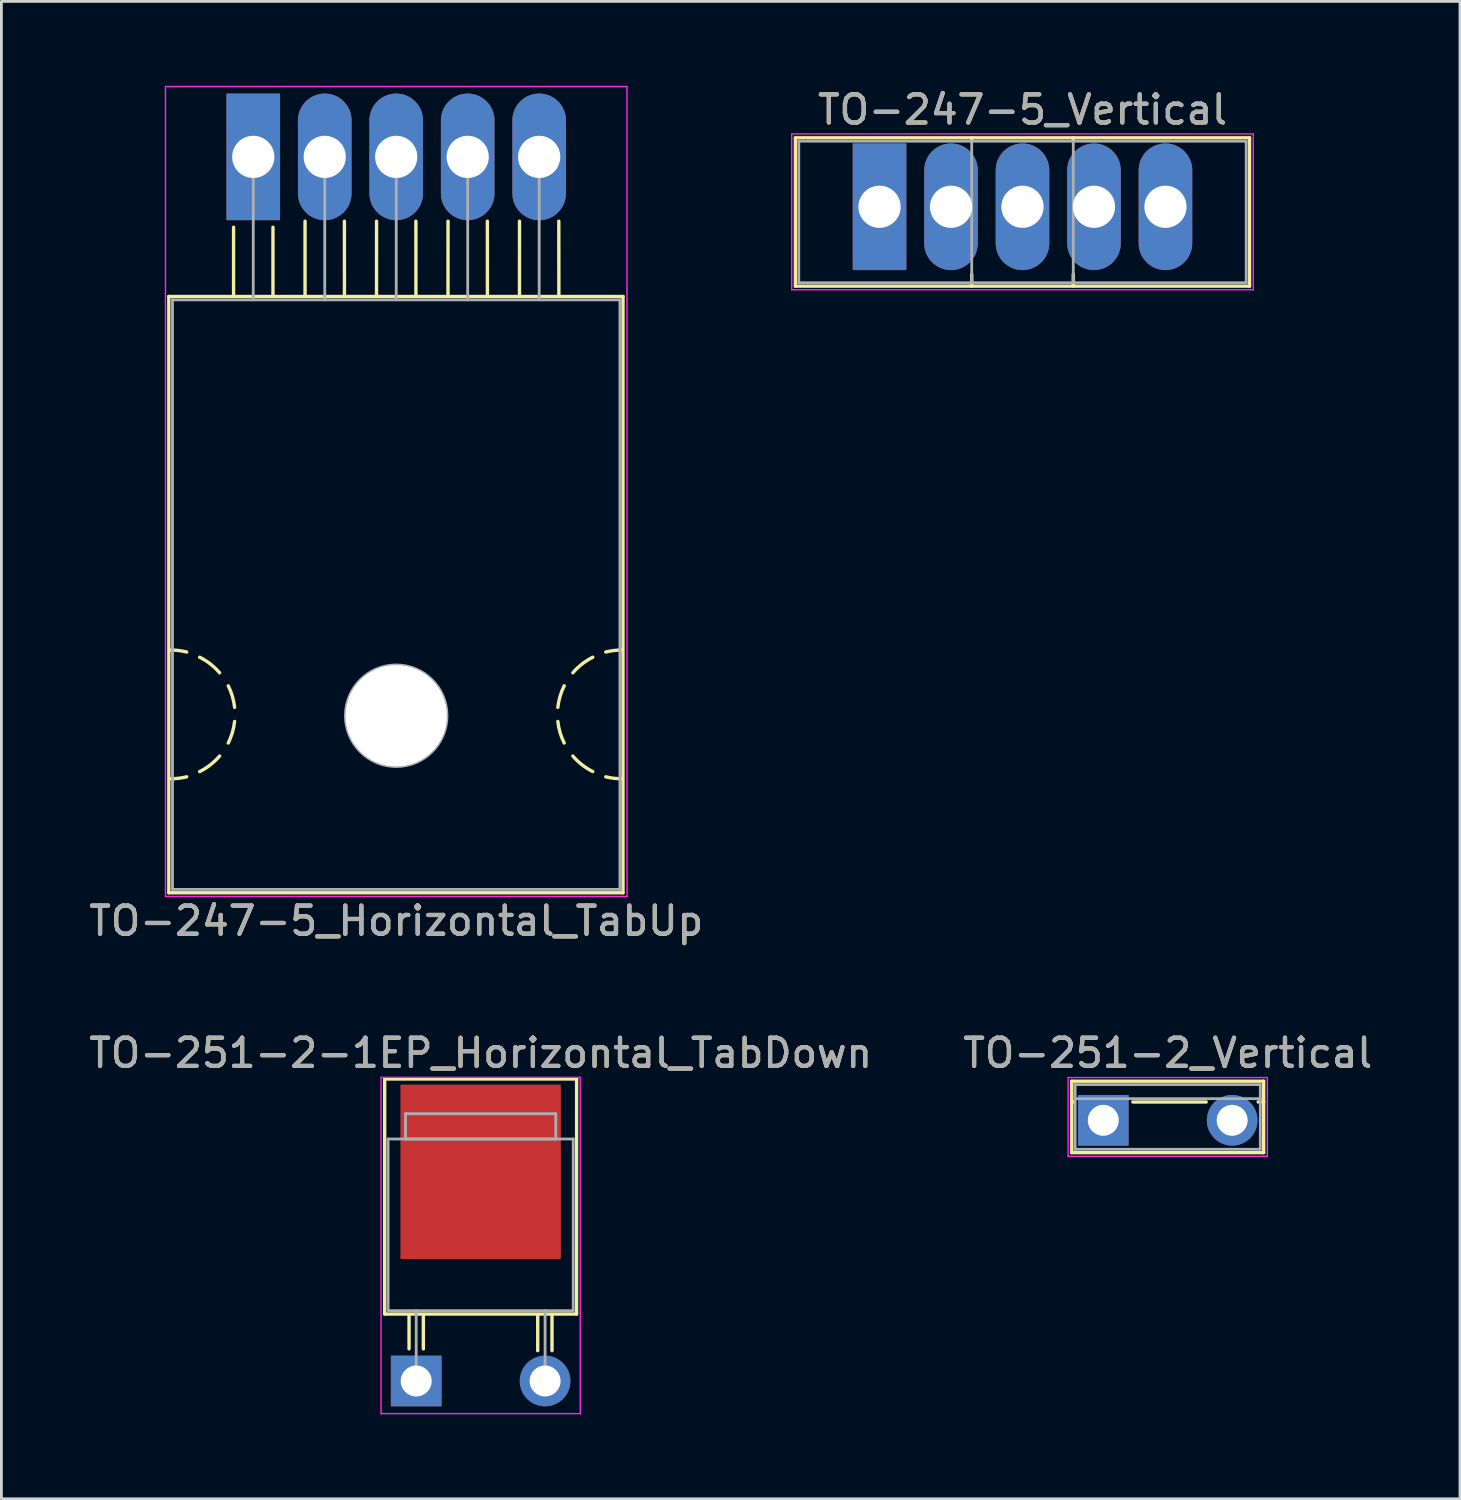
<source format=kicad_pcb>
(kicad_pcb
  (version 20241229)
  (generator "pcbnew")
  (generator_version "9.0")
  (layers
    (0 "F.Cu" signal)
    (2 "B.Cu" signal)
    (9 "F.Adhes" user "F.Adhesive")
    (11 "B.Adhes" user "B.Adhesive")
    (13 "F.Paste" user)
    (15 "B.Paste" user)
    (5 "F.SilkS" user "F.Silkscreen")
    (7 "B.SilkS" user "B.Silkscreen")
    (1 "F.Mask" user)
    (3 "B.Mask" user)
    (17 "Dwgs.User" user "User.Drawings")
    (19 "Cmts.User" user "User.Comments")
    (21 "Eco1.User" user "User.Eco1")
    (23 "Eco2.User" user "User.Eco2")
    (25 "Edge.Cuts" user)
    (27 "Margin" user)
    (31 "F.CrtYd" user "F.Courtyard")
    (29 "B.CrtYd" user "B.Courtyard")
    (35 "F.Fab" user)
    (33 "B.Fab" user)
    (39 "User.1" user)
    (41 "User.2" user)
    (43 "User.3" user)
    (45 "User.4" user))
  (footprint "TO-247-5_Vertical"
    (layer "F.Cu")
    (at 28.205 4.298)
    (property "Reference" "TO-247-5_Vertical" (at 5.08 -3.45 0) (layer "F.SilkS") (effects (font (size 1 1) (thickness 0.15))))
    (attr through_hole)
    (fp_line (start -2.99 -2.451) (end -2.99 2.82) (stroke (width 0.12) (type solid)) (layer "F.SilkS"))
    (fp_line (start -2.99 -2.451) (end 13.15 -2.451) (stroke (width 0.12) (type solid)) (layer "F.SilkS"))
    (fp_line (start -2.99 2.82) (end 13.15 2.82) (stroke (width 0.12) (type solid)) (layer "F.SilkS"))
    (fp_line (start 3.276 -2.451) (end 3.276 -2.4) (stroke (width 0.12) (type solid)) (layer "F.SilkS"))
    (fp_line (start 3.276 2.4) (end 3.276 2.82) (stroke (width 0.12) (type solid)) (layer "F.SilkS"))
    (fp_line (start 6.885 -2.451) (end 6.885 -2.4) (stroke (width 0.12) (type solid)) (layer "F.SilkS"))
    (fp_line (start 6.885 2.4) (end 6.885 2.82) (stroke (width 0.12) (type solid)) (layer "F.SilkS"))
    (fp_line (start 13.15 -2.451) (end 13.15 2.82) (stroke (width 0.12) (type solid)) (layer "F.SilkS"))
    (fp_line (start -3.12 -2.59) (end -3.12 2.95) (stroke (width 0.05) (type solid)) (layer "F.CrtYd"))
    (fp_line (start -3.12 2.95) (end 13.28 2.95) (stroke (width 0.05) (type solid)) (layer "F.CrtYd"))
    (fp_line (start 13.28 -2.59) (end -3.12 -2.59) (stroke (width 0.05) (type solid)) (layer "F.CrtYd"))
    (fp_line (start 13.28 2.95) (end 13.28 -2.59) (stroke (width 0.05) (type solid)) (layer "F.CrtYd"))
    (fp_line (start -2.87 -2.33) (end -2.87 2.7) (stroke (width 0.1) (type solid)) (layer "F.Fab"))
    (fp_line (start -2.87 2.7) (end 13.03 2.7) (stroke (width 0.1) (type solid)) (layer "F.Fab"))
    (fp_line (start 3.275 -2.33) (end 3.275 2.7) (stroke (width 0.1) (type solid)) (layer "F.Fab"))
    (fp_line (start 6.885 -2.33) (end 6.885 2.7) (stroke (width 0.1) (type solid)) (layer "F.Fab"))
    (fp_line (start 13.03 -2.33) (end -2.87 -2.33) (stroke (width 0.1) (type solid)) (layer "F.Fab"))
    (fp_line (start 13.03 2.7) (end 13.03 -2.33) (stroke (width 0.1) (type solid)) (layer "F.Fab"))
    (fp_text user "${REFERENCE}" (at 5.08 -3.45 0) (layer "F.Fab") (effects (font (size 1 1) (thickness 0.15))))
    (pad "1" thru_hole rect (at 0 0) (size 1.905 4.5) (drill 1.5) (layers "*.Cu" "*.Mask"))
    (pad "2" thru_hole oval (at 2.54 0) (size 1.905 4.5) (drill 1.5) (layers "*.Cu" "*.Mask"))
    (pad "3" thru_hole oval (at 5.08 0) (size 1.905 4.5) (drill 1.5) (layers "*.Cu" "*.Mask"))
    (pad "4" thru_hole oval (at 7.62 0) (size 1.905 4.5) (drill 1.5) (layers "*.Cu" "*.Mask"))
    (pad "5" thru_hole oval (at 10.16 0) (size 1.905 4.5) (drill 1.5) (layers "*.Cu" "*.Mask")))
  (footprint "TO-251-2-1EP_Horizontal_TabDown"
    (layer "F.Cu")
    (at 11.74 46.025)
    (property "Reference" "TO-251-2-1EP_Horizontal_TabDown" (at 2.29 -11.653 0) (layer "F.SilkS") (effects (font (size 1 1) (thickness 0.15))))
    (attr through_hole)
    (fp_line (start -1.12 -10.732) (end -1.12 -2.38) (stroke (width 0.12) (type solid)) (layer "F.SilkS"))
    (fp_line (start -1.12 -10.732) (end 5.7 -10.732) (stroke (width 0.12) (type solid)) (layer "F.SilkS"))
    (fp_line (start -1.12 -2.38) (end 5.7 -2.38) (stroke (width 0.12) (type solid)) (layer "F.SilkS"))
    (fp_line (start -0.254 -2.349) (end -0.254 -1.143) (stroke (width 0.12) (type solid)) (layer "F.SilkS"))
    (fp_line (start 0.254 -1.143) (end 0.254 -2.349) (stroke (width 0.12) (type solid)) (layer "F.SilkS"))
    (fp_line (start 4.318 -2.349) (end 4.318 -1.079) (stroke (width 0.12) (type solid)) (layer "F.SilkS"))
    (fp_line (start 4.826 -1.079) (end 4.826 -2.349) (stroke (width 0.12) (type solid)) (layer "F.SilkS"))
    (fp_line (start 5.7 -10.732) (end 5.7 -2.38) (stroke (width 0.12) (type solid)) (layer "F.SilkS"))
    (fp_line (start -1.25 -10.79) (end -1.25 1.16) (stroke (width 0.05) (type solid)) (layer "F.CrtYd"))
    (fp_line (start -1.25 1.16) (end 5.83 1.16) (stroke (width 0.05) (type solid)) (layer "F.CrtYd"))
    (fp_line (start 5.83 -10.79) (end -1.25 -10.79) (stroke (width 0.05) (type solid)) (layer "F.CrtYd"))
    (fp_line (start 5.83 1.16) (end 5.83 -10.79) (stroke (width 0.05) (type solid)) (layer "F.CrtYd"))
    (fp_line (start -1 -8.6) (end 5.58 -8.6) (stroke (width 0.1) (type solid)) (layer "F.Fab"))
    (fp_line (start -1 -2.5) (end -1 -8.6) (stroke (width 0.1) (type solid)) (layer "F.Fab"))
    (fp_line (start -0.38 -9.5) (end 4.96 -9.5) (stroke (width 0.1) (type solid)) (layer "F.Fab"))
    (fp_line (start -0.38 -8.6) (end -0.38 -9.5) (stroke (width 0.1) (type solid)) (layer "F.Fab"))
    (fp_line (start 0 -2.5) (end 0 0) (stroke (width 0.1) (type solid)) (layer "F.Fab"))
    (fp_line (start 4.58 -2.5) (end 4.58 0) (stroke (width 0.1) (type solid)) (layer "F.Fab"))
    (fp_line (start 4.96 -9.5) (end 4.96 -8.6) (stroke (width 0.1) (type solid)) (layer "F.Fab"))
    (fp_line (start 4.96 -8.6) (end -0.38 -8.6) (stroke (width 0.1) (type solid)) (layer "F.Fab"))
    (fp_line (start 5.58 -8.6) (end 5.58 -2.5) (stroke (width 0.1) (type solid)) (layer "F.Fab"))
    (fp_line (start 5.58 -2.5) (end -1 -2.5) (stroke (width 0.1) (type solid)) (layer "F.Fab"))
    (fp_text user "${REFERENCE}" (at 2.29 -11.653 0) (layer "F.Fab") (effects (font (size 1 1) (thickness 0.15))))
    (pad "1" thru_hole rect (at 0 0) (size 1.8 1.8) (drill 1.1) (layers "*.Cu" "*.Mask"))
    (pad "2" thru_hole oval (at 4.58 0) (size 1.8 1.8) (drill 1.1) (layers "*.Cu" "*.Mask"))
    (pad "3" smd rect (at 2.29 -7.433) (size 5.7 6.2) (layers "F.Cu" "F.Mask" "F.Paste")))
  (footprint "TO-247-5_Horizontal_TabUp"
    (layer "F.Cu")
    (at 5.95 2.525)
    (property "Reference" "TO-247-5_Horizontal_TabUp" (at 5.08 27.15 0) (layer "F.SilkS") (effects (font (size 1 1) (thickness 0.15))))
    (attr through_hole)
    (fp_line (start -3.001 4.96) (end -3.001 26.15) (stroke (width 0.12) (type solid)) (layer "F.SilkS"))
    (fp_line (start -3.001 4.96) (end 13.139 4.96) (stroke (width 0.12) (type solid)) (layer "F.SilkS"))
    (fp_line (start -3.001 26.15) (end 13.139 26.15) (stroke (width 0.12) (type solid)) (layer "F.SilkS"))
    (fp_line (start -0.7 4.9) (end -0.7 2.5) (stroke (width 0.12) (type solid)) (layer "F.SilkS"))
    (fp_line (start 0.7 2.5) (end 0.7 4.9) (stroke (width 0.12) (type solid)) (layer "F.SilkS"))
    (fp_line (start 1.84 4.9) (end 1.84 2.286) (stroke (width 0.12) (type solid)) (layer "F.SilkS"))
    (fp_line (start 3.239 2.286) (end 3.24 4.9) (stroke (width 0.12) (type solid)) (layer "F.SilkS"))
    (fp_line (start 4.38 4.9) (end 4.381 2.286) (stroke (width 0.12) (type solid)) (layer "F.SilkS"))
    (fp_line (start 5.779 2.286) (end 5.78 4.9) (stroke (width 0.12) (type solid)) (layer "F.SilkS"))
    (fp_line (start 6.92 4.9) (end 6.921 2.286) (stroke (width 0.12) (type solid)) (layer "F.SilkS"))
    (fp_line (start 8.319 2.286) (end 8.32 4.9) (stroke (width 0.12) (type solid)) (layer "F.SilkS"))
    (fp_line (start 9.46 4.9) (end 9.461 2.286) (stroke (width 0.12) (type solid)) (layer "F.SilkS"))
    (fp_line (start 10.858 2.286) (end 10.86 4.9) (stroke (width 0.12) (type solid)) (layer "F.SilkS"))
    (fp_line (start 13.139 4.96) (end 13.139 26.15) (stroke (width 0.12) (type solid)) (layer "F.SilkS"))
    (fp_arc (start -2.921 17.526) (mid -2.641689 17.543128) (end -2.366564 17.594254) (stroke (width 0.12) (type solid)) (layer "F.SilkS"))
    (fp_arc (start -2.366564 22.029746) (mid -2.641689 22.080872) (end -2.921 22.098) (stroke (width 0.12) (type solid)) (layer "F.SilkS"))
    (fp_arc (start -1.905001 17.780001) (mid -1.52288 18.02132) (end -1.196088 18.333504) (stroke (width 0.12) (type solid)) (layer "F.SilkS"))
    (fp_arc (start -1.196087 21.290497) (mid -1.522879 21.60268) (end -1.905 21.844) (stroke (width 0.12) (type solid)) (layer "F.SilkS"))
    (fp_arc (start -0.889001 18.796001) (mid -0.742178 19.168563) (end -0.663051 19.561117) (stroke (width 0.12) (type solid)) (layer "F.SilkS"))
    (fp_arc (start -0.663051 20.062883) (mid -0.742178 20.455437) (end -0.889001 20.827999) (stroke (width 0.12) (type solid)) (layer "F.SilkS"))
    (fp_arc (start 10.823051 19.561117) (mid 10.902178 19.168563) (end 11.049001 18.796001) (stroke (width 0.12) (type solid)) (layer "F.SilkS"))
    (fp_arc (start 11.049001 20.827999) (mid 10.902178 20.455437) (end 10.823051 20.062883) (stroke (width 0.12) (type solid)) (layer "F.SilkS"))
    (fp_arc (start 11.356087 18.333503) (mid 11.682879 18.02132) (end 12.065 17.78) (stroke (width 0.12) (type solid)) (layer "F.SilkS"))
    (fp_arc (start 12.065001 21.843999) (mid 11.68288 21.60268) (end 11.356088 21.290496) (stroke (width 0.12) (type solid)) (layer "F.SilkS"))
    (fp_arc (start 12.526564 17.594254) (mid 12.801689 17.543128) (end 13.081 17.526) (stroke (width 0.12) (type solid)) (layer "F.SilkS"))
    (fp_arc (start 13.081 22.098) (mid 12.801689 22.080872) (end 12.526564 22.029746) (stroke (width 0.12) (type solid)) (layer "F.SilkS"))
    (fp_line (start -3.12 -2.5) (end -3.12 26.28) (stroke (width 0.05) (type solid)) (layer "F.CrtYd"))
    (fp_line (start -3.12 26.28) (end 13.28 26.28) (stroke (width 0.05) (type solid)) (layer "F.CrtYd"))
    (fp_line (start 13.28 -2.5) (end -3.12 -2.5) (stroke (width 0.05) (type solid)) (layer "F.CrtYd"))
    (fp_line (start 13.28 26.28) (end 13.28 -2.5) (stroke (width 0.05) (type solid)) (layer "F.CrtYd"))
    (fp_line (start -2.87 5.08) (end -2.87 26.03) (stroke (width 0.1) (type solid)) (layer "F.Fab"))
    (fp_line (start -2.87 26.03) (end 13.03 26.03) (stroke (width 0.1) (type solid)) (layer "F.Fab"))
    (fp_line (start 0 5.08) (end 0 0) (stroke (width 0.1) (type solid)) (layer "F.Fab"))
    (fp_line (start 2.54 5.08) (end 2.54 0) (stroke (width 0.1) (type solid)) (layer "F.Fab"))
    (fp_line (start 5.08 5.08) (end 5.08 0) (stroke (width 0.1) (type solid)) (layer "F.Fab"))
    (fp_line (start 7.62 5.08) (end 7.62 0) (stroke (width 0.1) (type solid)) (layer "F.Fab"))
    (fp_line (start 10.16 5.08) (end 10.16 0) (stroke (width 0.1) (type solid)) (layer "F.Fab"))
    (fp_line (start 13.03 5.08) (end -2.87 5.08) (stroke (width 0.1) (type solid)) (layer "F.Fab"))
    (fp_line (start 13.03 26.03) (end 13.03 5.08) (stroke (width 0.1) (type solid)) (layer "F.Fab"))
    (fp_circle (center 5.08 19.86) (end 6.885 19.86) (stroke (width 0.1) (type solid)) (fill no) (layer "F.Fab"))
    (fp_text user "${REFERENCE}" (at 5.08 27.15 0) (layer "F.Fab") (effects (font (size 1 1) (thickness 0.15))))
    (pad "" np_thru_hole oval (at 5.08 19.86) (size 3.6 3.6) (drill 3.6) (layers "*.Cu" "*.Mask"))
    (pad "1" thru_hole rect (at 0 0) (size 1.905 4.5) (drill 1.5) (layers "*.Cu" "*.Mask"))
    (pad "2" thru_hole oval (at 2.54 0) (size 1.905 4.5) (drill 1.5) (layers "*.Cu" "*.Mask"))
    (pad "3" thru_hole oval (at 5.08 0) (size 1.905 4.5) (drill 1.5) (layers "*.Cu" "*.Mask"))
    (pad "4" thru_hole oval (at 7.62 0) (size 1.905 4.5) (drill 1.5) (layers "*.Cu" "*.Mask"))
    (pad "5" thru_hole oval (at 10.16 0) (size 1.905 4.5) (drill 1.5) (layers "*.Cu" "*.Mask")))
  (footprint "TO-251-2_Vertical"
    (layer "F.Cu")
    (at 36.156 36.761)
    (property "Reference" "TO-251-2_Vertical" (at 2.29 -2.39 0) (layer "F.SilkS") (effects (font (size 1 1) (thickness 0.15))))
    (attr through_hole)
    (fp_line (start -1.12 -1.39) (end -1.12 1.15) (stroke (width 0.12) (type solid)) (layer "F.SilkS"))
    (fp_line (start -1.12 -1.39) (end 5.7 -1.39) (stroke (width 0.12) (type solid)) (layer "F.SilkS"))
    (fp_line (start -1.12 -0.651) (end -1.05 -0.651) (stroke (width 0.12) (type solid)) (layer "F.SilkS"))
    (fp_line (start -1.12 1.15) (end 5.7 1.15) (stroke (width 0.12) (type solid)) (layer "F.SilkS"))
    (fp_line (start 1.05 -0.651) (end 3.656 -0.651) (stroke (width 0.12) (type solid)) (layer "F.SilkS"))
    (fp_line (start 5.505 -0.651) (end 5.7 -0.651) (stroke (width 0.12) (type solid)) (layer "F.SilkS"))
    (fp_line (start 5.7 -1.39) (end 5.7 1.15) (stroke (width 0.12) (type solid)) (layer "F.SilkS"))
    (fp_line (start -1.25 -1.52) (end -1.25 1.28) (stroke (width 0.05) (type solid)) (layer "F.CrtYd"))
    (fp_line (start -1.25 1.28) (end 5.83 1.28) (stroke (width 0.05) (type solid)) (layer "F.CrtYd"))
    (fp_line (start 5.83 -1.52) (end -1.25 -1.52) (stroke (width 0.05) (type solid)) (layer "F.CrtYd"))
    (fp_line (start 5.83 1.28) (end 5.83 -1.52) (stroke (width 0.05) (type solid)) (layer "F.CrtYd"))
    (fp_line (start -1 -1.27) (end -1 1.03) (stroke (width 0.1) (type solid)) (layer "F.Fab"))
    (fp_line (start -1 -0.77) (end 5.58 -0.77) (stroke (width 0.1) (type solid)) (layer "F.Fab"))
    (fp_line (start -1 1.03) (end 5.58 1.03) (stroke (width 0.1) (type solid)) (layer "F.Fab"))
    (fp_line (start 5.58 -1.27) (end -1 -1.27) (stroke (width 0.1) (type solid)) (layer "F.Fab"))
    (fp_line (start 5.58 1.03) (end 5.58 -1.27) (stroke (width 0.1) (type solid)) (layer "F.Fab"))
    (fp_text user "${REFERENCE}" (at 2.29 -2.39 0) (layer "F.Fab") (effects (font (size 1 1) (thickness 0.15))))
    (pad "1" thru_hole rect (at 0 0) (size 1.8 1.8) (drill 1.1) (layers "*.Cu" "*.Mask"))
    (pad "2" thru_hole oval (at 4.58 0) (size 1.8 1.8) (drill 1.1) (layers "*.Cu" "*.Mask")))
  (gr_rect
    (start -3 -3)
    (end 48.833 50.21)
    (stroke (width 0.1) (type default))
    (fill no)
    (layer "Edge.Cuts")))
</source>
